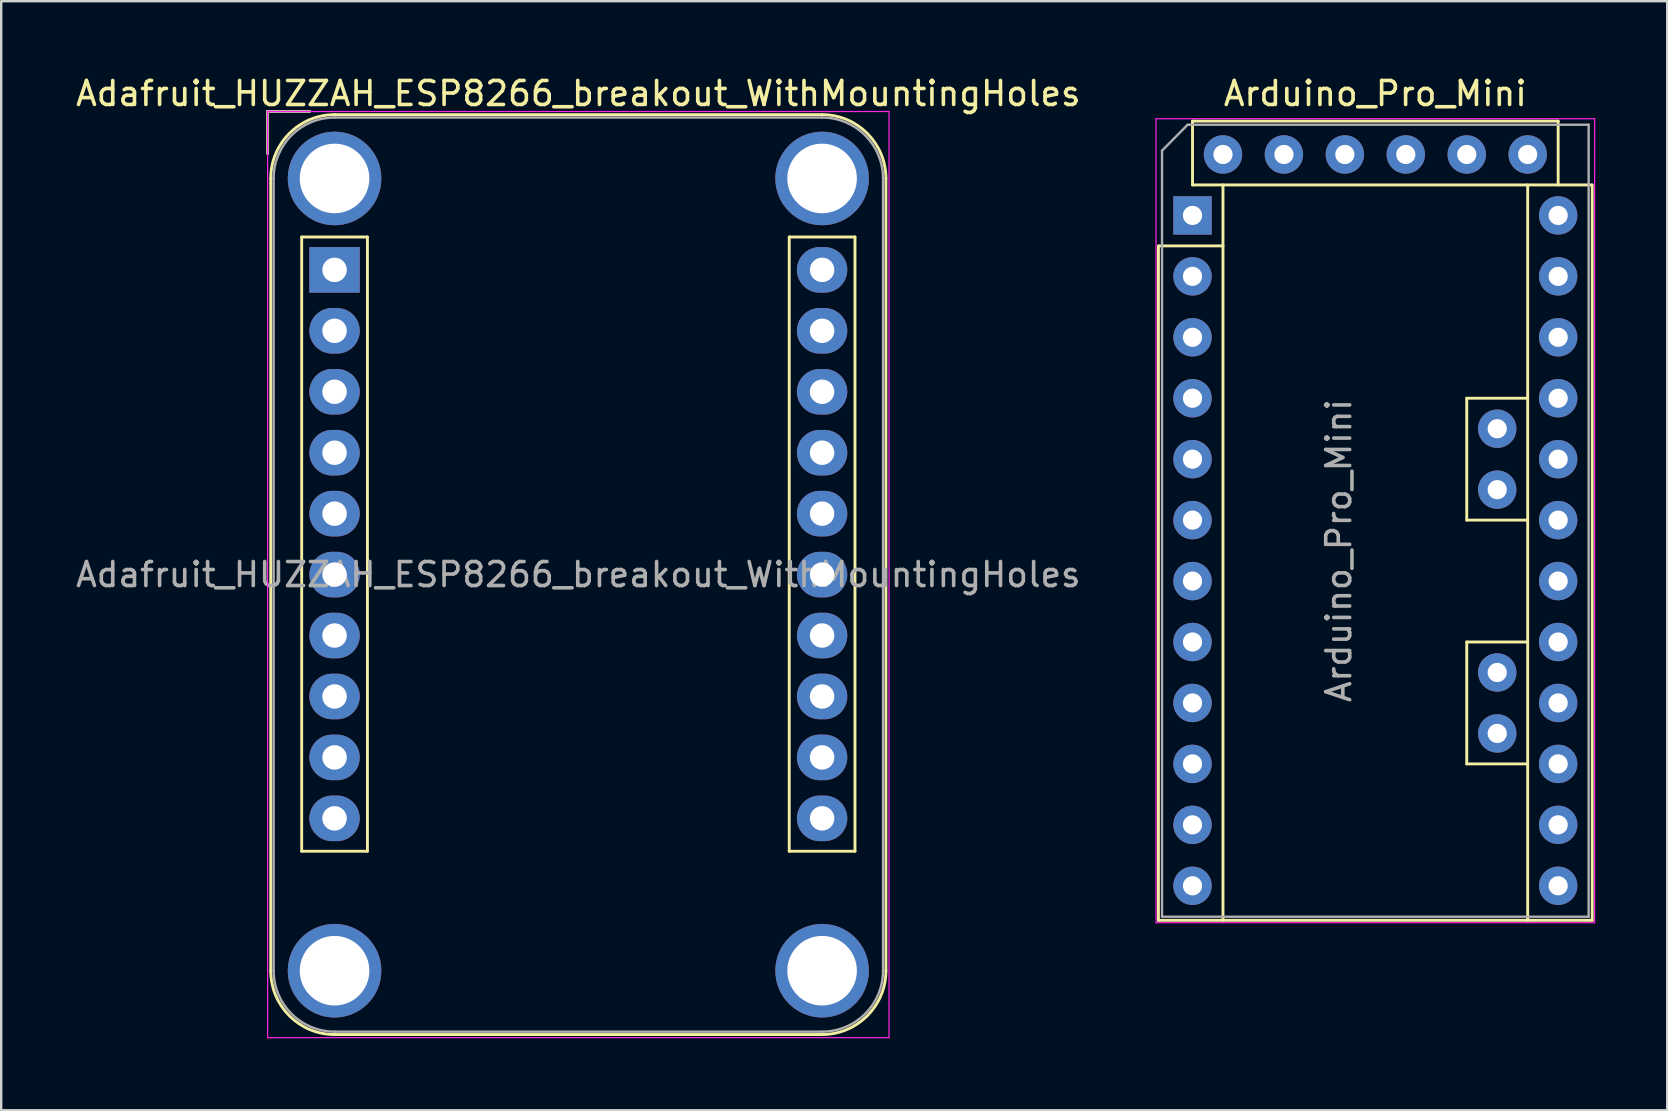
<source format=kicad_pcb>
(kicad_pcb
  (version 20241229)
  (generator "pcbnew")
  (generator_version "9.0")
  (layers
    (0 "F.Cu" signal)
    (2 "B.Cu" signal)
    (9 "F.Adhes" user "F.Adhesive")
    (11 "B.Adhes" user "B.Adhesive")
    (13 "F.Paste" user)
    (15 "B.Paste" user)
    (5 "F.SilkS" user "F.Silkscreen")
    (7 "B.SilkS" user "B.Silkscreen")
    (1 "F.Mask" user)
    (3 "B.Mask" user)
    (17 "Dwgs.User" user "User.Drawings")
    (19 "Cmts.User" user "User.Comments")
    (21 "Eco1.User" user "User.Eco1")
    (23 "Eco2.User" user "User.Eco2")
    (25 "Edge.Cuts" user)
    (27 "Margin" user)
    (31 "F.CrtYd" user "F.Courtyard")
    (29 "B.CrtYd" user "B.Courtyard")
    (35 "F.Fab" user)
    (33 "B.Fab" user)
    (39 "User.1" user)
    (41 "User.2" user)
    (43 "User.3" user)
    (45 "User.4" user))
  (footprint "Arduino_Pro_Mini"
    (layer "F.Cu")
    (at 46.652 5.928)
    (property "Reference" "Arduino_Pro_Mini" (at 7.62 -5.08 0) (layer "F.SilkS") (effects (font (size 1 1) (thickness 0.15))))
    (attr through_hole)
    (fp_line (start -1.42 1.27) (end -1.42 29.38) (stroke (width 0.12) (type solid)) (layer "F.SilkS"))
    (fp_line (start -1.42 29.38) (end 16.66 29.38) (stroke (width 0.12) (type solid)) (layer "F.SilkS"))
    (fp_line (start 0 -3.93) (end 0 -1.27) (stroke (width 0.12) (type solid)) (layer "F.SilkS"))
    (fp_line (start 1.27 -1.27) (end 1.27 29.38) (stroke (width 0.12) (type solid)) (layer "F.SilkS"))
    (fp_line (start 1.27 1.27) (end -1.4 1.27) (stroke (width 0.12) (type solid)) (layer "F.SilkS"))
    (fp_line (start 11.43 7.62) (end 13.97 7.62) (stroke (width 0.12) (type solid)) (layer "F.SilkS"))
    (fp_line (start 11.43 12.7) (end 11.43 7.62) (stroke (width 0.12) (type solid)) (layer "F.SilkS"))
    (fp_line (start 11.43 17.78) (end 13.97 17.78) (stroke (width 0.12) (type solid)) (layer "F.SilkS"))
    (fp_line (start 11.43 22.86) (end 11.43 17.78) (stroke (width 0.12) (type solid)) (layer "F.SilkS"))
    (fp_line (start 13.97 -1.27) (end 13.97 29.38) (stroke (width 0.12) (type solid)) (layer "F.SilkS"))
    (fp_line (start 13.97 12.7) (end 11.43 12.7) (stroke (width 0.12) (type solid)) (layer "F.SilkS"))
    (fp_line (start 13.97 22.86) (end 11.43 22.86) (stroke (width 0.12) (type solid)) (layer "F.SilkS"))
    (fp_line (start 15.24 -3.93) (end 0 -3.93) (stroke (width 0.12) (type solid)) (layer "F.SilkS"))
    (fp_line (start 15.24 -1.27) (end 15.24 -3.93) (stroke (width 0.12) (type solid)) (layer "F.SilkS"))
    (fp_line (start 16.64 -1.27) (end 0 -1.27) (stroke (width 0.12) (type solid)) (layer "F.SilkS"))
    (fp_line (start 16.66 29.38) (end 16.66 -1.27) (stroke (width 0.12) (type solid)) (layer "F.SilkS"))
    (fp_line (start -1.52 -4.03) (end -1.52 29.48) (stroke (width 0.05) (type solid)) (layer "F.CrtYd"))
    (fp_line (start -1.52 -4.03) (end 16.76 -4.03) (stroke (width 0.05) (type solid)) (layer "F.CrtYd"))
    (fp_line (start 16.76 29.48) (end -1.52 29.48) (stroke (width 0.05) (type solid)) (layer "F.CrtYd"))
    (fp_line (start 16.76 29.48) (end 16.76 -4.03) (stroke (width 0.05) (type solid)) (layer "F.CrtYd"))
    (fp_line (start -1.27 29.23) (end -1.27 -2.7) (stroke (width 0.1) (type solid)) (layer "F.Fab"))
    (fp_line (start -0.203 -3.78) (end -1.27 -2.7) (stroke (width 0.1) (type solid)) (layer "F.Fab"))
    (fp_line (start -0.2 -3.78) (end 16.51 -3.78) (stroke (width 0.1) (type solid)) (layer "F.Fab"))
    (fp_line (start 16.51 -3.78) (end 16.51 29.23) (stroke (width 0.1) (type solid)) (layer "F.Fab"))
    (fp_line (start 16.51 29.23) (end -1.27 29.23) (stroke (width 0.1) (type solid)) (layer "F.Fab"))
    (fp_text user "${REFERENCE}" (at 6.096 13.97 90) (layer "F.Fab") (effects (font (size 1 1) (thickness 0.15))))
    (pad "1" thru_hole rect (at 0 0) (size 1.6 1.6) (drill 0.8) (layers "*.Cu" "*.Mask"))
    (pad "2" thru_hole oval (at 0 2.54) (size 1.6 1.6) (drill 0.8) (layers "*.Cu" "*.Mask"))
    (pad "3" thru_hole oval (at 0 5.08) (size 1.6 1.6) (drill 0.8) (layers "*.Cu" "*.Mask"))
    (pad "4" thru_hole oval (at 0 7.62) (size 1.6 1.6) (drill 0.8) (layers "*.Cu" "*.Mask"))
    (pad "5" thru_hole oval (at 0 10.16) (size 1.6 1.6) (drill 0.8) (layers "*.Cu" "*.Mask"))
    (pad "6" thru_hole oval (at 0 12.7) (size 1.6 1.6) (drill 0.8) (layers "*.Cu" "*.Mask"))
    (pad "7" thru_hole oval (at 0 15.24) (size 1.6 1.6) (drill 0.8) (layers "*.Cu" "*.Mask"))
    (pad "8" thru_hole oval (at 0 17.78) (size 1.6 1.6) (drill 0.8) (layers "*.Cu" "*.Mask"))
    (pad "9" thru_hole oval (at 0 20.32) (size 1.6 1.6) (drill 0.8) (layers "*.Cu" "*.Mask"))
    (pad "10" thru_hole oval (at 0 22.86) (size 1.6 1.6) (drill 0.8) (layers "*.Cu" "*.Mask"))
    (pad "11" thru_hole oval (at 0 25.4) (size 1.6 1.6) (drill 0.8) (layers "*.Cu" "*.Mask"))
    (pad "12" thru_hole oval (at 0 27.94) (size 1.6 1.6) (drill 0.8) (layers "*.Cu" "*.Mask"))
    (pad "13" thru_hole oval (at 15.24 27.94) (size 1.6 1.6) (drill 0.8) (layers "*.Cu" "*.Mask"))
    (pad "14" thru_hole oval (at 15.24 25.4) (size 1.6 1.6) (drill 0.8) (layers "*.Cu" "*.Mask"))
    (pad "15" thru_hole oval (at 15.24 22.86) (size 1.6 1.6) (drill 0.8) (layers "*.Cu" "*.Mask"))
    (pad "16" thru_hole oval (at 15.24 20.32) (size 1.6 1.6) (drill 0.8) (layers "*.Cu" "*.Mask"))
    (pad "17" thru_hole oval (at 15.24 17.78) (size 1.6 1.6) (drill 0.8) (layers "*.Cu" "*.Mask"))
    (pad "18" thru_hole oval (at 15.24 15.24) (size 1.6 1.6) (drill 0.8) (layers "*.Cu" "*.Mask"))
    (pad "19" thru_hole oval (at 15.24 12.7) (size 1.6 1.6) (drill 0.8) (layers "*.Cu" "*.Mask"))
    (pad "20" thru_hole oval (at 15.24 10.16) (size 1.6 1.6) (drill 0.8) (layers "*.Cu" "*.Mask"))
    (pad "21" thru_hole oval (at 15.24 7.62) (size 1.6 1.6) (drill 0.8) (layers "*.Cu" "*.Mask"))
    (pad "22" thru_hole oval (at 15.24 5.08) (size 1.6 1.6) (drill 0.8) (layers "*.Cu" "*.Mask"))
    (pad "23" thru_hole oval (at 15.24 2.54) (size 1.6 1.6) (drill 0.8) (layers "*.Cu" "*.Mask"))
    (pad "24" thru_hole oval (at 15.24 0) (size 1.6 1.6) (drill 0.8) (layers "*.Cu" "*.Mask"))
    (pad "25" thru_hole oval (at 13.97 -2.54) (size 1.6 1.6) (drill 0.8) (layers "*.Cu" "*.Mask"))
    (pad "26" thru_hole oval (at 11.43 -2.54) (size 1.6 1.6) (drill 0.8) (layers "*.Cu" "*.Mask"))
    (pad "27" thru_hole oval (at 8.89 -2.54) (size 1.6 1.6) (drill 0.8) (layers "*.Cu" "*.Mask"))
    (pad "28" thru_hole oval (at 6.35 -2.54) (size 1.6 1.6) (drill 0.8) (layers "*.Cu" "*.Mask"))
    (pad "29" thru_hole oval (at 3.81 -2.54) (size 1.6 1.6) (drill 0.8) (layers "*.Cu" "*.Mask"))
    (pad "30" thru_hole oval (at 1.27 -2.54) (size 1.6 1.6) (drill 0.8) (layers "*.Cu" "*.Mask"))
    (pad "31" thru_hole oval (at 12.7 21.59) (size 1.6 1.6) (drill 0.8) (layers "*.Cu" "*.Mask"))
    (pad "32" thru_hole oval (at 12.7 19.05) (size 1.6 1.6) (drill 0.8) (layers "*.Cu" "*.Mask"))
    (pad "33" thru_hole oval (at 12.7 11.43) (size 1.6 1.6) (drill 0.8) (layers "*.Cu" "*.Mask"))
    (pad "34" thru_hole oval (at 12.7 8.89) (size 1.6 1.6) (drill 0.8) (layers "*.Cu" "*.Mask")))
  (footprint "Adafruit_HUZZAH_ESP8266_breakout_WithMountingHoles"
    (layer "F.Cu")
    (at 10.894 8.198)
    (property "Reference" "Adafruit_HUZZAH_ESP8266_breakout_WithMountingHoles" (at 10.16 -7.35 0) (layer "F.SilkS") (effects (font (size 1 1) (thickness 0.15))))
    (attr through_hole)
    (fp_line (start -2.79 -6.6) (end -1.04 -6.6) (stroke (width 0.12) (type solid)) (layer "F.SilkS"))
    (fp_line (start -2.79 -4.85) (end -2.79 -6.6) (stroke (width 0.12) (type solid)) (layer "F.SilkS"))
    (fp_line (start -2.66 -3.81) (end -2.66 29.21) (stroke (width 0.12) (type solid)) (layer "F.SilkS"))
    (fp_line (start -1.37 -1.37) (end -1.37 24.23) (stroke (width 0.12) (type solid)) (layer "F.SilkS"))
    (fp_line (start -1.37 24.23) (end 1.37 24.23) (stroke (width 0.12) (type solid)) (layer "F.SilkS"))
    (fp_line (start 0 -6.47) (end 20.32 -6.47) (stroke (width 0.12) (type solid)) (layer "F.SilkS"))
    (fp_line (start 0 31.87) (end 20.32 31.87) (stroke (width 0.12) (type solid)) (layer "F.SilkS"))
    (fp_line (start 1.37 -1.37) (end -1.37 -1.37) (stroke (width 0.12) (type solid)) (layer "F.SilkS"))
    (fp_line (start 1.37 24.23) (end 1.37 -1.37) (stroke (width 0.12) (type solid)) (layer "F.SilkS"))
    (fp_line (start 18.95 -1.37) (end 18.95 24.23) (stroke (width 0.12) (type solid)) (layer "F.SilkS"))
    (fp_line (start 18.95 24.23) (end 21.69 24.23) (stroke (width 0.12) (type solid)) (layer "F.SilkS"))
    (fp_line (start 21.69 -1.37) (end 18.95 -1.37) (stroke (width 0.12) (type solid)) (layer "F.SilkS"))
    (fp_line (start 21.69 24.23) (end 21.69 -1.37) (stroke (width 0.12) (type solid)) (layer "F.SilkS"))
    (fp_line (start 22.98 -3.81) (end 22.98 29.21) (stroke (width 0.12) (type solid)) (layer "F.SilkS"))
    (fp_arc (start -2.66 -3.81) (mid -1.880904 -5.690904) (end 0 -6.47) (stroke (width 0.12) (type solid)) (layer "F.SilkS"))
    (fp_arc (start 0 31.87) (mid -1.880904 31.090904) (end -2.66 29.21) (stroke (width 0.12) (type solid)) (layer "F.SilkS"))
    (fp_arc (start 20.32 -6.47) (mid 22.200904 -5.690904) (end 22.98 -3.81) (stroke (width 0.12) (type solid)) (layer "F.SilkS"))
    (fp_arc (start 22.98 29.21) (mid 22.200904 31.090904) (end 20.32 31.87) (stroke (width 0.12) (type solid)) (layer "F.SilkS"))
    (fp_line (start -2.79 -6.6) (end -2.79 32) (stroke (width 0.05) (type solid)) (layer "F.CrtYd"))
    (fp_line (start -2.79 32) (end 23.11 32) (stroke (width 0.05) (type solid)) (layer "F.CrtYd"))
    (fp_line (start 23.11 -6.6) (end -2.79 -6.6) (stroke (width 0.05) (type solid)) (layer "F.CrtYd"))
    (fp_line (start 23.11 32) (end 23.11 -6.6) (stroke (width 0.05) (type solid)) (layer "F.CrtYd"))
    (fp_line (start -2.79 -6.6) (end -1.04 -6.6) (stroke (width 0.1) (type solid)) (layer "F.Fab"))
    (fp_line (start -2.79 -4.85) (end -2.79 -6.6) (stroke (width 0.1) (type solid)) (layer "F.Fab"))
    (fp_line (start -2.54 -3.81) (end -2.54 29.21) (stroke (width 0.1) (type solid)) (layer "F.Fab"))
    (fp_line (start 0 -6.35) (end 20.32 -6.35) (stroke (width 0.1) (type solid)) (layer "F.Fab"))
    (fp_line (start 0 31.75) (end 20.32 31.75) (stroke (width 0.1) (type solid)) (layer "F.Fab"))
    (fp_line (start 22.86 -3.81) (end 22.86 29.21) (stroke (width 0.1) (type solid)) (layer "F.Fab"))
    (fp_arc (start -2.54 -3.81) (mid -1.796051 -5.606051) (end 0 -6.35) (stroke (width 0.1) (type solid)) (layer "F.Fab"))
    (fp_arc (start 0 31.75) (mid -1.796051 31.006051) (end -2.54 29.21) (stroke (width 0.1) (type solid)) (layer "F.Fab"))
    (fp_arc (start 20.32 -6.35) (mid 22.116051 -5.606051) (end 22.86 -3.81) (stroke (width 0.1) (type solid)) (layer "F.Fab"))
    (fp_arc (start 22.86 29.21) (mid 22.116051 31.006051) (end 20.32 31.75) (stroke (width 0.1) (type solid)) (layer "F.Fab"))
    (fp_text user "${REFERENCE}" (at 10.16 12.7 0) (layer "F.Fab") (effects (font (size 1 1) (thickness 0.15))))
    (pad "1" thru_hole rect (at 0 0) (size 2.1 1.9) (drill 1.02) (layers "*.Cu" "*.Mask"))
    (pad "2" thru_hole oval (at 0 2.54) (size 2.1 1.9) (drill 1.02) (layers "*.Cu" "*.Mask"))
    (pad "3" thru_hole oval (at 0 5.08) (size 2.1 1.9) (drill 1.02) (layers "*.Cu" "*.Mask"))
    (pad "4" thru_hole oval (at 0 7.62) (size 2.1 1.9) (drill 1.02) (layers "*.Cu" "*.Mask"))
    (pad "5" thru_hole oval (at 0 10.16) (size 2.1 1.9) (drill 1.02) (layers "*.Cu" "*.Mask"))
    (pad "6" thru_hole oval (at 0 12.7) (size 2.1 1.9) (drill 1.02) (layers "*.Cu" "*.Mask"))
    (pad "7" thru_hole oval (at 0 15.24) (size 2.1 1.9) (drill 1.02) (layers "*.Cu" "*.Mask"))
    (pad "8" thru_hole oval (at 0 17.78) (size 2.1 1.9) (drill 1.02) (layers "*.Cu" "*.Mask"))
    (pad "9" thru_hole oval (at 0 20.32) (size 2.1 1.9) (drill 1.02) (layers "*.Cu" "*.Mask"))
    (pad "10" thru_hole oval (at 0 22.86) (size 2.1 1.9) (drill 1.02) (layers "*.Cu" "*.Mask"))
    (pad "11" thru_hole oval (at 20.32 22.86) (size 2.1 1.9) (drill 1.02) (layers "*.Cu" "*.Mask"))
    (pad "12" thru_hole oval (at 20.32 20.32) (size 2.1 1.9) (drill 1.02) (layers "*.Cu" "*.Mask"))
    (pad "13" thru_hole oval (at 20.32 17.78) (size 2.1 1.9) (drill 1.02) (layers "*.Cu" "*.Mask"))
    (pad "14" thru_hole oval (at 20.32 15.24) (size 2.1 1.9) (drill 1.02) (layers "*.Cu" "*.Mask"))
    (pad "15" thru_hole oval (at 20.32 12.7) (size 2.1 1.9) (drill 1.02) (layers "*.Cu" "*.Mask"))
    (pad "16" thru_hole oval (at 20.32 10.16) (size 2.1 1.9) (drill 1.02) (layers "*.Cu" "*.Mask"))
    (pad "17" thru_hole oval (at 20.32 7.62) (size 2.1 1.9) (drill 1.02) (layers "*.Cu" "*.Mask"))
    (pad "18" thru_hole oval (at 20.32 5.08) (size 2.1 1.9) (drill 1.02) (layers "*.Cu" "*.Mask"))
    (pad "19" thru_hole oval (at 20.32 2.54) (size 2.1 1.9) (drill 1.02) (layers "*.Cu" "*.Mask"))
    (pad "20" thru_hole oval (at 20.32 0) (size 2.1 1.9) (drill 1.02) (layers "*.Cu" "*.Mask"))
    (pad "~" thru_hole circle (at 0 -3.81) (size 3.9 3.9) (drill 2.9) (layers "*.Cu" "*.Mask"))
    (pad "~" thru_hole circle (at 0 29.21) (size 3.9 3.9) (drill 2.9) (layers "*.Cu" "*.Mask"))
    (pad "~" thru_hole circle (at 20.32 -3.81) (size 3.9 3.9) (drill 2.9) (layers "*.Cu" "*.Mask"))
    (pad "~" thru_hole circle (at 20.32 29.21) (size 3.9 3.9) (drill 2.9) (layers "*.Cu" "*.Mask")))
  (gr_rect
    (start -3 -3)
    (end 66.437 43.223)
    (stroke (width 0.1) (type default))
    (fill no)
    (layer "Edge.Cuts")))
</source>
